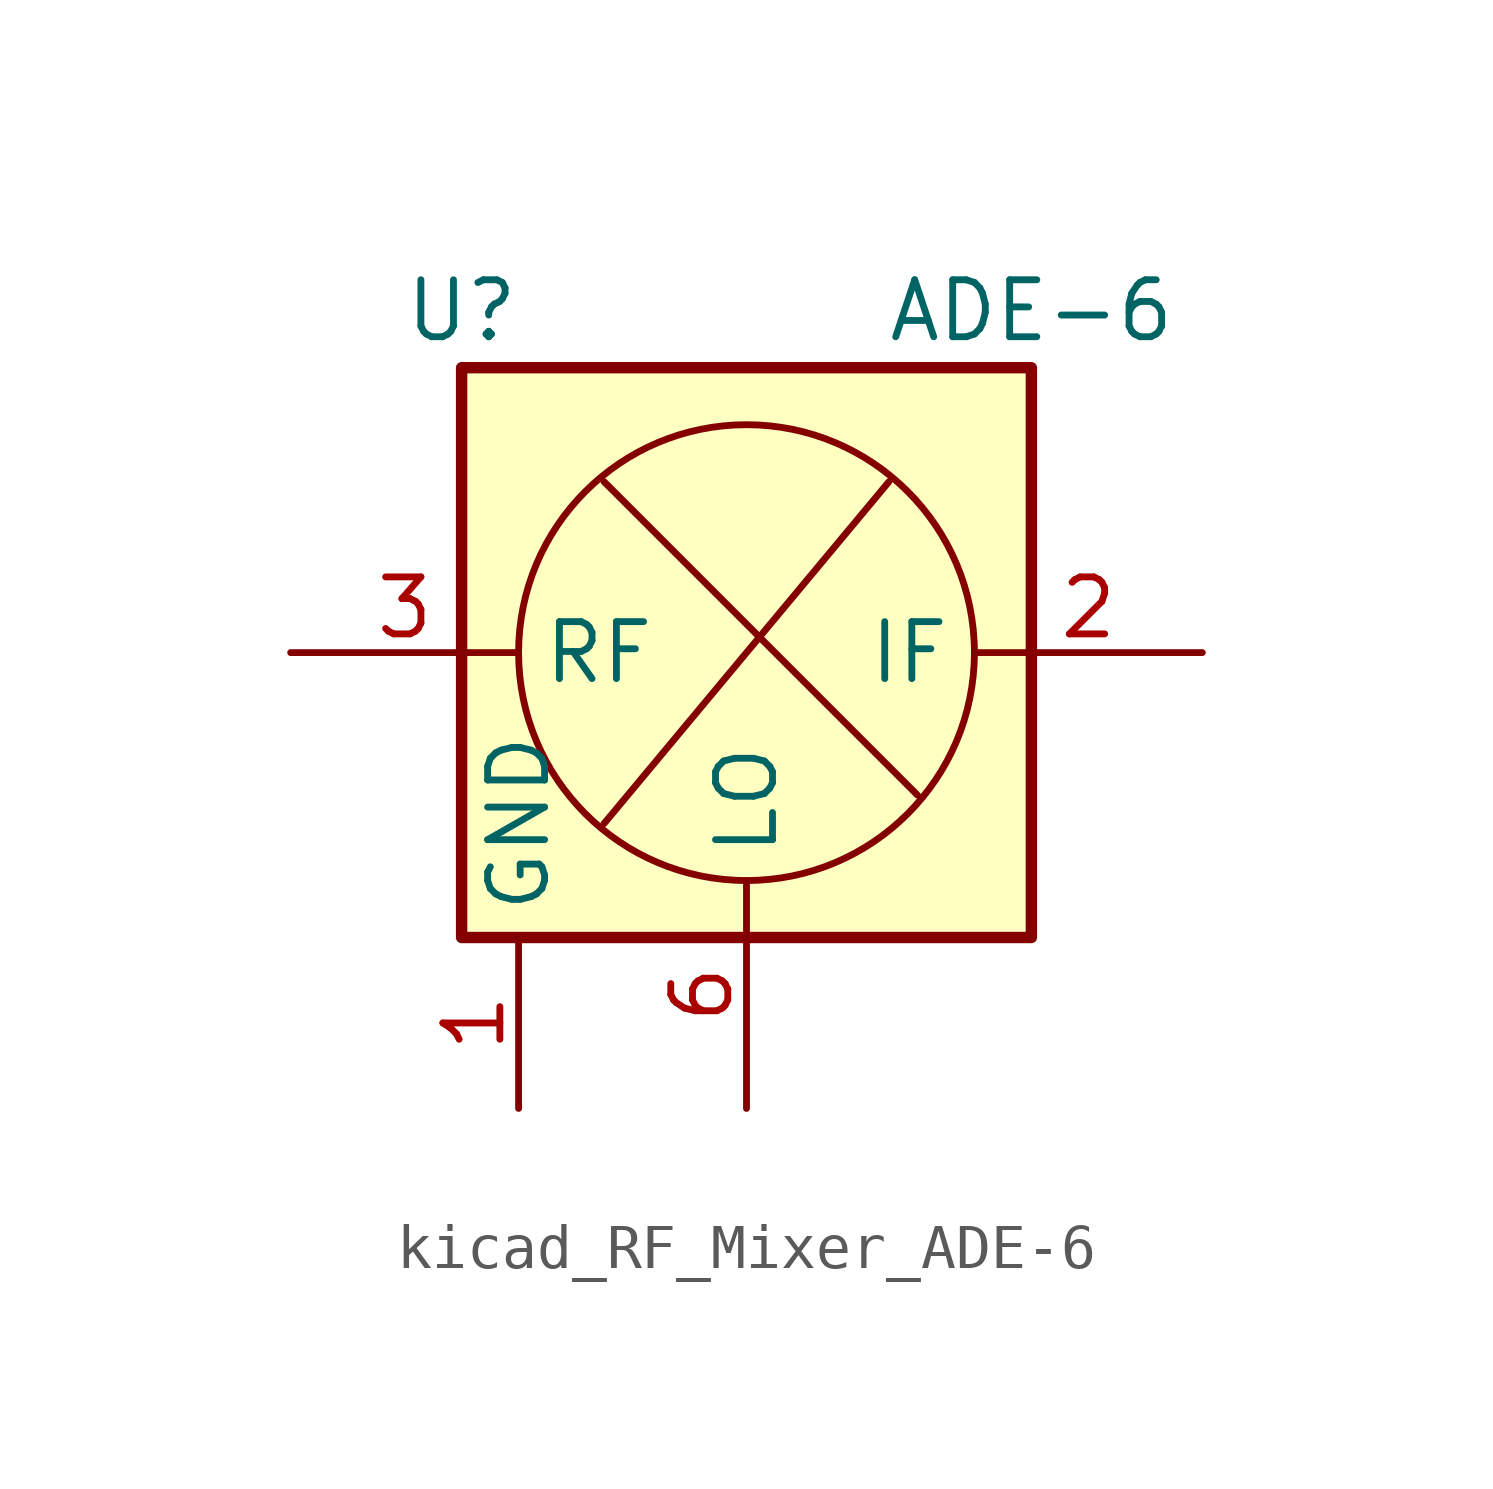
<source format=kicad_sym>
(kicad_symbol_lib
  (version 20220914)
  (generator kicad_symbol_editor)
  (symbol "kicad_RF_Mixer_ADE-6"
    (property "Reference" "U"
      (at -6.35 7.62 0)
      (effects (font (size 1.27 1.27))))
    (property "Value" "ADE-6"
      (at 6.35 7.62 0)
      (effects (font (size 1.27 1.27))))
    (symbol "kicad_RF_Mixer_ADE-6_0_1"
      (rectangle (start -6.35 6.35) (end 6.35 -6.35) (stroke (width 0.254) (type default)) (fill (type background)))
      (polyline (pts (xy -3.175 -3.81) (xy 3.175 3.81)) (stroke (width 0) (type default)) (fill (type none)))
      (polyline (pts (xy 3.81 -3.175) (xy -3.175 3.81)) (stroke (width 0) (type default)) (fill (type none)))
      (circle (center 0 0) (radius 5.08) (stroke (width 0) (type default)) (fill (type none))))
    (symbol "kicad_RF_Mixer_ADE-6_1_1"
      (pin power_in line (at -5.08 -10.16 90) (length 3.81) (name "GND" (effects (font (size 1.27 1.27)))) (number "1" (effects (font (size 1.27 1.27)))))
      (pin output line (at 10.16 0 180) (length 5.08) (name "IF" (effects (font (size 1.27 1.27)))) (number "2" (effects (font (size 1.27 1.27)))))
      (pin input line (at -10.16 0 0) (length 5.08) (name "RF" (effects (font (size 1.27 1.27)))) (number "3" (effects (font (size 1.27 1.27)))))
      (pin passive line (at -5.08 -10.16 90) (length 3.81) hide (name "GND" (effects (font (size 1.27 1.27)))) (number "4" (effects (font (size 1.27 1.27)))))
      (pin passive line (at -5.08 -10.16 90) (length 3.81) hide (name "GND" (effects (font (size 1.27 1.27)))) (number "5" (effects (font (size 1.27 1.27)))))
      (pin input line (at 0 -10.16 90) (length 5.08) (name "LO" (effects (font (size 1.27 1.27)))) (number "6" (effects (font (size 1.27 1.27))))))))
</source>
